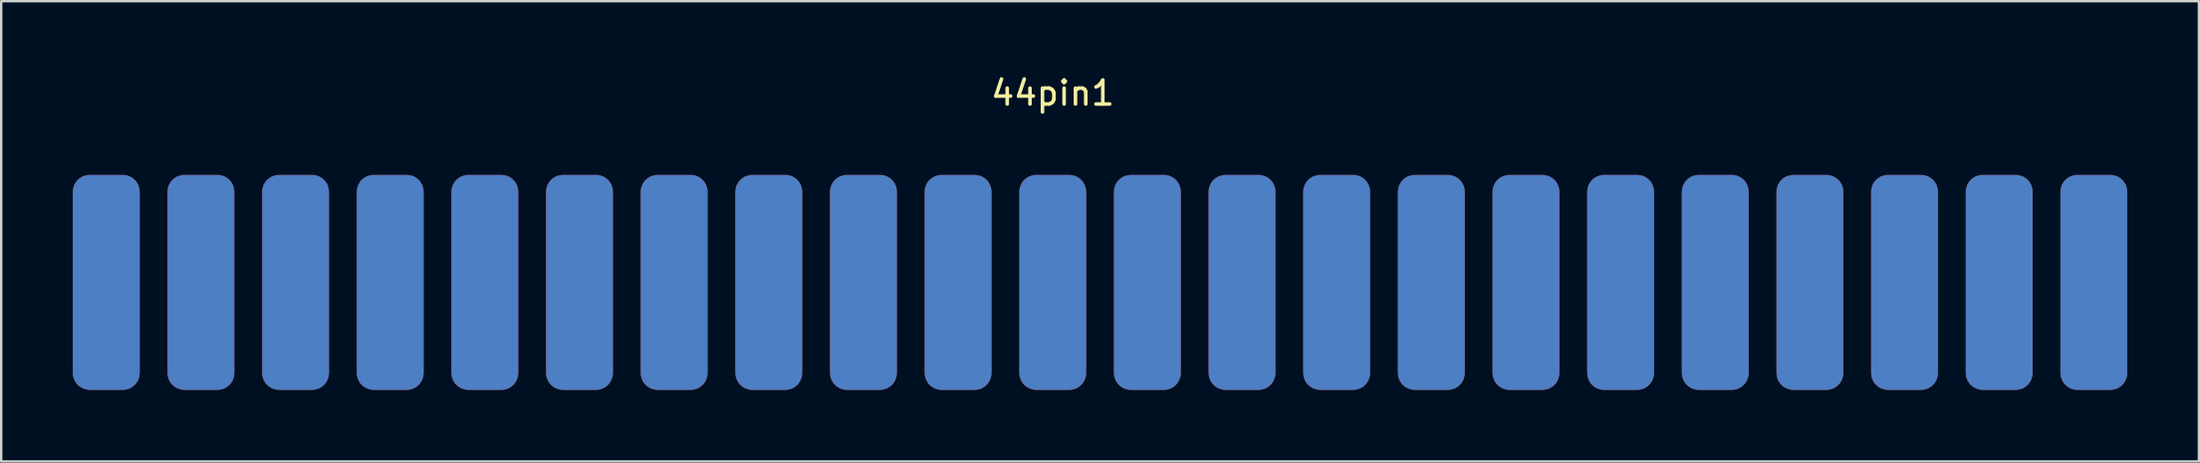
<source format=kicad_pcb>
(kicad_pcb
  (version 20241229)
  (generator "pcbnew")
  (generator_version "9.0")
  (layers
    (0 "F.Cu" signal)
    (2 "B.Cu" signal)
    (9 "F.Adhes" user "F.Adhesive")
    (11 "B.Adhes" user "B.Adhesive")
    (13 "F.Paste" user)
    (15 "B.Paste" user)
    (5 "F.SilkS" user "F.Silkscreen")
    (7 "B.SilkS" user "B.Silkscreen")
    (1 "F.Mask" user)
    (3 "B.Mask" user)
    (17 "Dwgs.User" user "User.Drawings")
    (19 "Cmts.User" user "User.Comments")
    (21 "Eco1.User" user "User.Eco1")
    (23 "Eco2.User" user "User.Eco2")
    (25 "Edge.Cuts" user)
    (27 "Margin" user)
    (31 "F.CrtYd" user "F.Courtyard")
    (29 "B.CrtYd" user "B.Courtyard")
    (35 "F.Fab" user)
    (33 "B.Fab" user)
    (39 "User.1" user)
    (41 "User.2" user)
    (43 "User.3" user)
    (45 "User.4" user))
  (footprint "44pin1"
    (layer "F.Cu")
    (at 40.997 8.768)
    (property "Reference" "44pin1" (at 0 -7.92 0) (layer "F.SilkS") (effects (font (size 1 1) (thickness 0.15))))
    (attr through_hole)
    (pad "1" connect roundrect (at -39.6 0 90) (size 8.992 2.794) (layers "F.Cu" "F.Mask") (roundrect_rratio 0.25))
    (pad "2" connect roundrect (at -35.64 0 90) (size 8.992 2.794) (layers "F.Cu" "F.Mask") (roundrect_rratio 0.25))
    (pad "3" connect roundrect (at -31.68 0 90) (size 8.992 2.794) (layers "F.Cu" "F.Mask") (roundrect_rratio 0.25))
    (pad "4" connect roundrect (at -27.72 0 90) (size 8.992 2.794) (layers "F.Cu" "F.Mask") (roundrect_rratio 0.25))
    (pad "5" connect roundrect (at -23.76 0 90) (size 8.992 2.794) (layers "F.Cu" "F.Mask") (roundrect_rratio 0.25))
    (pad "6" connect roundrect (at -19.8 0 90) (size 8.992 2.794) (layers "F.Cu" "F.Mask") (roundrect_rratio 0.25))
    (pad "7" connect roundrect (at -15.84 0 90) (size 8.992 2.794) (layers "F.Cu" "F.Mask") (roundrect_rratio 0.25))
    (pad "8" connect roundrect (at -11.88 0 90) (size 8.992 2.794) (layers "F.Cu" "F.Mask") (roundrect_rratio 0.25))
    (pad "9" connect roundrect (at -7.92 0 90) (size 8.992 2.794) (layers "F.Cu" "F.Mask") (roundrect_rratio 0.25))
    (pad "10" connect roundrect (at -3.96 0 90) (size 8.992 2.794) (layers "F.Cu" "F.Mask") (roundrect_rratio 0.25))
    (pad "11" connect roundrect (at 0 0 90) (size 8.992 2.794) (layers "F.Cu" "F.Mask") (roundrect_rratio 0.25))
    (pad "12" connect roundrect (at 3.96 0 90) (size 8.992 2.794) (layers "F.Cu" "F.Mask") (roundrect_rratio 0.25))
    (pad "13" connect roundrect (at 7.92 0 90) (size 8.992 2.794) (layers "F.Cu" "F.Mask") (roundrect_rratio 0.25))
    (pad "14" connect roundrect (at 11.88 0 90) (size 8.992 2.794) (layers "F.Cu" "F.Mask") (roundrect_rratio 0.25))
    (pad "15" connect roundrect (at 15.84 0 90) (size 8.992 2.794) (layers "F.Cu" "F.Mask") (roundrect_rratio 0.25))
    (pad "16" connect roundrect (at 19.8 0 90) (size 8.992 2.794) (layers "F.Cu" "F.Mask") (roundrect_rratio 0.25))
    (pad "17" connect roundrect (at 23.76 0 90) (size 8.992 2.794) (layers "F.Cu" "F.Mask") (roundrect_rratio 0.25))
    (pad "18" connect roundrect (at 27.72 0 90) (size 8.992 2.794) (layers "F.Cu" "F.Mask") (roundrect_rratio 0.25))
    (pad "19" connect roundrect (at 31.68 0 90) (size 8.992 2.794) (layers "F.Cu" "F.Mask") (roundrect_rratio 0.25))
    (pad "20" connect roundrect (at 35.64 0 90) (size 8.992 2.794) (layers "F.Cu" "F.Mask") (roundrect_rratio 0.25))
    (pad "21" connect roundrect (at 39.6 0 90) (size 8.992 2.794) (layers "F.Cu" "F.Mask") (roundrect_rratio 0.25))
    (pad "22" connect roundrect (at 43.56 0 90) (size 8.992 2.794) (layers "F.Cu" "F.Mask") (roundrect_rratio 0.25))
    (pad "A" connect roundrect (at -39.6 0 90) (size 8.992 2.794) (layers "B.Cu" "B.Mask") (roundrect_rratio 0.25))
    (pad "B" connect roundrect (at -35.64 0 90) (size 8.992 2.794) (layers "B.Cu" "B.Mask") (roundrect_rratio 0.25))
    (pad "C" connect roundrect (at -31.68 0 90) (size 8.992 2.794) (layers "B.Cu" "B.Mask") (roundrect_rratio 0.25))
    (pad "D" connect roundrect (at -27.72 0 90) (size 8.992 2.794) (layers "B.Cu" "B.Mask") (roundrect_rratio 0.25))
    (pad "E" connect roundrect (at -23.76 0 90) (size 8.992 2.794) (layers "B.Cu" "B.Mask") (roundrect_rratio 0.25))
    (pad "F" connect roundrect (at -19.8 0 90) (size 8.992 2.794) (layers "B.Cu" "B.Mask") (roundrect_rratio 0.25))
    (pad "H" connect roundrect (at -15.84 0 90) (size 8.992 2.794) (layers "B.Cu" "B.Mask") (roundrect_rratio 0.25))
    (pad "J" connect roundrect (at -11.88 0 90) (size 8.992 2.794) (layers "B.Cu" "B.Mask") (roundrect_rratio 0.25))
    (pad "K" connect roundrect (at -7.92 0 90) (size 8.992 2.794) (layers "B.Cu" "B.Mask") (roundrect_rratio 0.25))
    (pad "L" connect roundrect (at -3.96 0 90) (size 8.992 2.794) (layers "B.Cu" "B.Mask") (roundrect_rratio 0.25))
    (pad "M" connect roundrect (at 0 0 90) (size 8.992 2.794) (layers "B.Cu" "B.Mask") (roundrect_rratio 0.25))
    (pad "N" connect roundrect (at 3.96 0 90) (size 8.992 2.794) (layers "B.Cu" "B.Mask") (roundrect_rratio 0.25))
    (pad "P" connect roundrect (at 7.92 0 90) (size 8.992 2.794) (layers "B.Cu" "B.Mask") (roundrect_rratio 0.25))
    (pad "R" connect roundrect (at 11.88 0 90) (size 8.992 2.794) (layers "B.Cu" "B.Mask") (roundrect_rratio 0.25))
    (pad "S" connect roundrect (at 15.84 0 90) (size 8.992 2.794) (layers "B.Cu" "B.Mask") (roundrect_rratio 0.25))
    (pad "T" connect roundrect (at 19.8 0 90) (size 8.992 2.794) (layers "B.Cu" "B.Mask") (roundrect_rratio 0.25))
    (pad "U" connect roundrect (at 23.76 0 90) (size 8.992 2.794) (layers "B.Cu" "B.Mask") (roundrect_rratio 0.25))
    (pad "V" connect roundrect (at 27.72 0 90) (size 8.992 2.794) (layers "B.Cu" "B.Mask") (roundrect_rratio 0.25))
    (pad "W" connect roundrect (at 31.68 0 90) (size 8.992 2.794) (layers "B.Cu" "B.Mask") (roundrect_rratio 0.25))
    (pad "X" connect roundrect (at 35.64 0 90) (size 8.992 2.794) (layers "B.Cu" "B.Mask") (roundrect_rratio 0.25))
    (pad "Y" connect roundrect (at 39.6 0 90) (size 8.992 2.794) (layers "B.Cu" "B.Mask") (roundrect_rratio 0.25))
    (pad "Z" connect roundrect (at 43.56 0 90) (size 8.992 2.794) (layers "B.Cu" "B.Mask") (roundrect_rratio 0.25)))
  (gr_rect
    (start -3 -3)
    (end 88.954 16.264)
    (stroke (width 0.1) (type default))
    (fill no)
    (layer "Edge.Cuts")))
</source>
